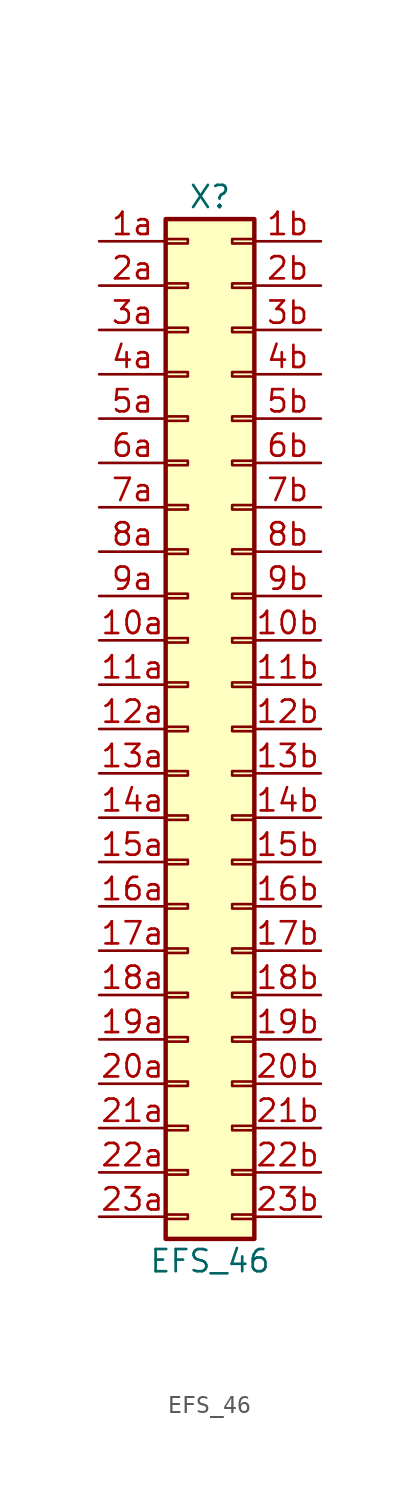
<source format=kicad_sym>
(kicad_symbol_lib
  (version 20211014)
  (generator kicad_symbol_editor)
  (symbol "EFS_46"
    (pin_names
      (offset 1.016) hide)
    (property "Reference" "X"
      (at 0 30.48 0)
      (effects (font (size 1.27 1.27))))
    (property "Value" "EFS_46"
      (at 0 -30.48 0)
      (effects (font (size 1.27 1.27))))
    (symbol "EFS_46_1_1"
      (rectangle (start -2.54 -27.813) (end -1.27 -28.067) (stroke (width 0.152) (type default) (color 0 0 0 0)) (fill (type none)))
      (rectangle (start -2.54 -25.273) (end -1.27 -25.527) (stroke (width 0.152) (type default) (color 0 0 0 0)) (fill (type none)))
      (rectangle (start -2.54 -22.733) (end -1.27 -22.987) (stroke (width 0.152) (type default) (color 0 0 0 0)) (fill (type none)))
      (rectangle (start -2.54 -20.193) (end -1.27 -20.447) (stroke (width 0.152) (type default) (color 0 0 0 0)) (fill (type none)))
      (rectangle (start -2.54 -17.653) (end -1.27 -17.907) (stroke (width 0.152) (type default) (color 0 0 0 0)) (fill (type none)))
      (rectangle (start -2.54 -15.113) (end -1.27 -15.367) (stroke (width 0.152) (type default) (color 0 0 0 0)) (fill (type none)))
      (rectangle (start -2.54 -12.573) (end -1.27 -12.827) (stroke (width 0.152) (type default) (color 0 0 0 0)) (fill (type none)))
      (rectangle (start -2.54 -10.033) (end -1.27 -10.287) (stroke (width 0.152) (type default) (color 0 0 0 0)) (fill (type none)))
      (rectangle (start -2.54 -7.493) (end -1.27 -7.747) (stroke (width 0.152) (type default) (color 0 0 0 0)) (fill (type none)))
      (rectangle (start -2.54 -4.953) (end -1.27 -5.207) (stroke (width 0.152) (type default) (color 0 0 0 0)) (fill (type none)))
      (rectangle (start -2.54 -2.413) (end -1.27 -2.667) (stroke (width 0.152) (type default) (color 0 0 0 0)) (fill (type none)))
      (rectangle (start -2.54 0.127) (end -1.27 -0.127) (stroke (width 0.152) (type default) (color 0 0 0 0)) (fill (type none)))
      (rectangle (start -2.54 2.667) (end -1.27 2.413) (stroke (width 0.152) (type default) (color 0 0 0 0)) (fill (type none)))
      (rectangle (start -2.54 5.207) (end -1.27 4.953) (stroke (width 0.152) (type default) (color 0 0 0 0)) (fill (type none)))
      (rectangle (start -2.54 7.747) (end -1.27 7.493) (stroke (width 0.152) (type default) (color 0 0 0 0)) (fill (type none)))
      (rectangle (start -2.54 10.287) (end -1.27 10.033) (stroke (width 0.152) (type default) (color 0 0 0 0)) (fill (type none)))
      (rectangle (start -2.54 12.827) (end -1.27 12.573) (stroke (width 0.152) (type default) (color 0 0 0 0)) (fill (type none)))
      (rectangle (start -2.54 15.367) (end -1.27 15.113) (stroke (width 0.152) (type default) (color 0 0 0 0)) (fill (type none)))
      (rectangle (start -2.54 17.907) (end -1.27 17.653) (stroke (width 0.152) (type default) (color 0 0 0 0)) (fill (type none)))
      (rectangle (start -2.54 20.447) (end -1.27 20.193) (stroke (width 0.152) (type default) (color 0 0 0 0)) (fill (type none)))
      (rectangle (start -2.54 22.987) (end -1.27 22.733) (stroke (width 0.152) (type default) (color 0 0 0 0)) (fill (type none)))
      (rectangle (start -2.54 25.527) (end -1.27 25.273) (stroke (width 0.152) (type default) (color 0 0 0 0)) (fill (type none)))
      (rectangle (start -2.54 28.067) (end -1.27 27.813) (stroke (width 0.152) (type default) (color 0 0 0 0)) (fill (type none)))
      (rectangle (start -2.54 29.21) (end 2.54 -29.21) (stroke (width 0.254) (type default) (color 0 0 0 0)) (fill (type background)))
      (rectangle (start 2.54 -27.813) (end 1.27 -28.067) (stroke (width 0.152) (type default) (color 0 0 0 0)) (fill (type none)))
      (rectangle (start 2.54 -25.273) (end 1.27 -25.527) (stroke (width 0.152) (type default) (color 0 0 0 0)) (fill (type none)))
      (rectangle (start 2.54 -22.733) (end 1.27 -22.987) (stroke (width 0.152) (type default) (color 0 0 0 0)) (fill (type none)))
      (rectangle (start 2.54 -20.193) (end 1.27 -20.447) (stroke (width 0.152) (type default) (color 0 0 0 0)) (fill (type none)))
      (rectangle (start 2.54 -17.653) (end 1.27 -17.907) (stroke (width 0.152) (type default) (color 0 0 0 0)) (fill (type none)))
      (rectangle (start 2.54 -15.113) (end 1.27 -15.367) (stroke (width 0.152) (type default) (color 0 0 0 0)) (fill (type none)))
      (rectangle (start 2.54 -12.573) (end 1.27 -12.827) (stroke (width 0.152) (type default) (color 0 0 0 0)) (fill (type none)))
      (rectangle (start 2.54 -10.033) (end 1.27 -10.287) (stroke (width 0.152) (type default) (color 0 0 0 0)) (fill (type none)))
      (rectangle (start 2.54 -7.493) (end 1.27 -7.747) (stroke (width 0.152) (type default) (color 0 0 0 0)) (fill (type none)))
      (rectangle (start 2.54 -4.953) (end 1.27 -5.207) (stroke (width 0.152) (type default) (color 0 0 0 0)) (fill (type none)))
      (rectangle (start 2.54 -2.413) (end 1.27 -2.667) (stroke (width 0.152) (type default) (color 0 0 0 0)) (fill (type none)))
      (rectangle (start 2.54 0.127) (end 1.27 -0.127) (stroke (width 0.152) (type default) (color 0 0 0 0)) (fill (type none)))
      (rectangle (start 2.54 2.667) (end 1.27 2.413) (stroke (width 0.152) (type default) (color 0 0 0 0)) (fill (type none)))
      (rectangle (start 2.54 5.207) (end 1.27 4.953) (stroke (width 0.152) (type default) (color 0 0 0 0)) (fill (type none)))
      (rectangle (start 2.54 7.747) (end 1.27 7.493) (stroke (width 0.152) (type default) (color 0 0 0 0)) (fill (type none)))
      (rectangle (start 2.54 10.287) (end 1.27 10.033) (stroke (width 0.152) (type default) (color 0 0 0 0)) (fill (type none)))
      (rectangle (start 2.54 12.827) (end 1.27 12.573) (stroke (width 0.152) (type default) (color 0 0 0 0)) (fill (type none)))
      (rectangle (start 2.54 15.367) (end 1.27 15.113) (stroke (width 0.152) (type default) (color 0 0 0 0)) (fill (type none)))
      (rectangle (start 2.54 17.907) (end 1.27 17.653) (stroke (width 0.152) (type default) (color 0 0 0 0)) (fill (type none)))
      (rectangle (start 2.54 20.447) (end 1.27 20.193) (stroke (width 0.152) (type default) (color 0 0 0 0)) (fill (type none)))
      (rectangle (start 2.54 22.987) (end 1.27 22.733) (stroke (width 0.152) (type default) (color 0 0 0 0)) (fill (type none)))
      (rectangle (start 2.54 25.527) (end 1.27 25.273) (stroke (width 0.152) (type default) (color 0 0 0 0)) (fill (type none)))
      (rectangle (start 2.54 28.067) (end 1.27 27.813) (stroke (width 0.152) (type default) (color 0 0 0 0)) (fill (type none)))
      (pin passive line (at -6.35 5.08 0) (length 3.81) (name "Pin_10a" (effects (font (size 1.27 1.27)))) (number "10a" (effects (font (size 1.27 1.27)))))
      (pin passive line (at 6.35 5.08 180) (length 3.81) (name "Pin_10b" (effects (font (size 1.27 1.27)))) (number "10b" (effects (font (size 1.27 1.27)))))
      (pin passive line (at -6.35 2.54 0) (length 3.81) (name "Pin_11a" (effects (font (size 1.27 1.27)))) (number "11a" (effects (font (size 1.27 1.27)))))
      (pin passive line (at 6.35 2.54 180) (length 3.81) (name "Pin_11b" (effects (font (size 1.27 1.27)))) (number "11b" (effects (font (size 1.27 1.27)))))
      (pin passive line (at -6.35 0 0) (length 3.81) (name "Pin_12a" (effects (font (size 1.27 1.27)))) (number "12a" (effects (font (size 1.27 1.27)))))
      (pin passive line (at 6.35 0 180) (length 3.81) (name "Pin_12b" (effects (font (size 1.27 1.27)))) (number "12b" (effects (font (size 1.27 1.27)))))
      (pin passive line (at -6.35 -2.54 0) (length 3.81) (name "Pin_13a" (effects (font (size 1.27 1.27)))) (number "13a" (effects (font (size 1.27 1.27)))))
      (pin passive line (at 6.35 -2.54 180) (length 3.81) (name "Pin_13b" (effects (font (size 1.27 1.27)))) (number "13b" (effects (font (size 1.27 1.27)))))
      (pin passive line (at -6.35 -5.08 0) (length 3.81) (name "Pin_14a" (effects (font (size 1.27 1.27)))) (number "14a" (effects (font (size 1.27 1.27)))))
      (pin passive line (at 6.35 -5.08 180) (length 3.81) (name "Pin_14b" (effects (font (size 1.27 1.27)))) (number "14b" (effects (font (size 1.27 1.27)))))
      (pin passive line (at -6.35 -7.62 0) (length 3.81) (name "Pin_15a" (effects (font (size 1.27 1.27)))) (number "15a" (effects (font (size 1.27 1.27)))))
      (pin passive line (at 6.35 -7.62 180) (length 3.81) (name "Pin_15b" (effects (font (size 1.27 1.27)))) (number "15b" (effects (font (size 1.27 1.27)))))
      (pin passive line (at -6.35 -10.16 0) (length 3.81) (name "Pin_16a" (effects (font (size 1.27 1.27)))) (number "16a" (effects (font (size 1.27 1.27)))))
      (pin passive line (at 6.35 -10.16 180) (length 3.81) (name "Pin_16b" (effects (font (size 1.27 1.27)))) (number "16b" (effects (font (size 1.27 1.27)))))
      (pin passive line (at -6.35 -12.7 0) (length 3.81) (name "Pin_17a" (effects (font (size 1.27 1.27)))) (number "17a" (effects (font (size 1.27 1.27)))))
      (pin passive line (at 6.35 -12.7 180) (length 3.81) (name "Pin_17b" (effects (font (size 1.27 1.27)))) (number "17b" (effects (font (size 1.27 1.27)))))
      (pin passive line (at -6.35 -15.24 0) (length 3.81) (name "Pin_18a" (effects (font (size 1.27 1.27)))) (number "18a" (effects (font (size 1.27 1.27)))))
      (pin passive line (at 6.35 -15.24 180) (length 3.81) (name "Pin_18b" (effects (font (size 1.27 1.27)))) (number "18b" (effects (font (size 1.27 1.27)))))
      (pin passive line (at -6.35 -17.78 0) (length 3.81) (name "Pin_19a" (effects (font (size 1.27 1.27)))) (number "19a" (effects (font (size 1.27 1.27)))))
      (pin passive line (at 6.35 -17.78 180) (length 3.81) (name "Pin_19b" (effects (font (size 1.27 1.27)))) (number "19b" (effects (font (size 1.27 1.27)))))
      (pin passive line (at -6.35 27.94 0) (length 3.81) (name "Pin_1a" (effects (font (size 1.27 1.27)))) (number "1a" (effects (font (size 1.27 1.27)))))
      (pin passive line (at 6.35 27.94 180) (length 3.81) (name "Pin_1b" (effects (font (size 1.27 1.27)))) (number "1b" (effects (font (size 1.27 1.27)))))
      (pin passive line (at -6.35 -20.32 0) (length 3.81) (name "Pin_20a" (effects (font (size 1.27 1.27)))) (number "20a" (effects (font (size 1.27 1.27)))))
      (pin passive line (at 6.35 -20.32 180) (length 3.81) (name "Pin_20b" (effects (font (size 1.27 1.27)))) (number "20b" (effects (font (size 1.27 1.27)))))
      (pin passive line (at -6.35 -22.86 0) (length 3.81) (name "Pin_21a" (effects (font (size 1.27 1.27)))) (number "21a" (effects (font (size 1.27 1.27)))))
      (pin passive line (at 6.35 -22.86 180) (length 3.81) (name "Pin_21b" (effects (font (size 1.27 1.27)))) (number "21b" (effects (font (size 1.27 1.27)))))
      (pin passive line (at -6.35 -25.4 0) (length 3.81) (name "Pin_22a" (effects (font (size 1.27 1.27)))) (number "22a" (effects (font (size 1.27 1.27)))))
      (pin passive line (at 6.35 -25.4 180) (length 3.81) (name "Pin_22b" (effects (font (size 1.27 1.27)))) (number "22b" (effects (font (size 1.27 1.27)))))
      (pin passive line (at -6.35 -27.94 0) (length 3.81) (name "Pin_23a" (effects (font (size 1.27 1.27)))) (number "23a" (effects (font (size 1.27 1.27)))))
      (pin passive line (at 6.35 -27.94 180) (length 3.81) (name "Pin_23b" (effects (font (size 1.27 1.27)))) (number "23b" (effects (font (size 1.27 1.27)))))
      (pin passive line (at -6.35 25.4 0) (length 3.81) (name "Pin_2a" (effects (font (size 1.27 1.27)))) (number "2a" (effects (font (size 1.27 1.27)))))
      (pin passive line (at 6.35 25.4 180) (length 3.81) (name "Pin_2b" (effects (font (size 1.27 1.27)))) (number "2b" (effects (font (size 1.27 1.27)))))
      (pin passive line (at -6.35 22.86 0) (length 3.81) (name "Pin_3a" (effects (font (size 1.27 1.27)))) (number "3a" (effects (font (size 1.27 1.27)))))
      (pin passive line (at 6.35 22.86 180) (length 3.81) (name "Pin_3b" (effects (font (size 1.27 1.27)))) (number "3b" (effects (font (size 1.27 1.27)))))
      (pin passive line (at -6.35 20.32 0) (length 3.81) (name "Pin_4a" (effects (font (size 1.27 1.27)))) (number "4a" (effects (font (size 1.27 1.27)))))
      (pin passive line (at 6.35 20.32 180) (length 3.81) (name "Pin_4b" (effects (font (size 1.27 1.27)))) (number "4b" (effects (font (size 1.27 1.27)))))
      (pin passive line (at -6.35 17.78 0) (length 3.81) (name "Pin_5a" (effects (font (size 1.27 1.27)))) (number "5a" (effects (font (size 1.27 1.27)))))
      (pin passive line (at 6.35 17.78 180) (length 3.81) (name "Pin_5b" (effects (font (size 1.27 1.27)))) (number "5b" (effects (font (size 1.27 1.27)))))
      (pin passive line (at -6.35 15.24 0) (length 3.81) (name "Pin_6a" (effects (font (size 1.27 1.27)))) (number "6a" (effects (font (size 1.27 1.27)))))
      (pin passive line (at 6.35 15.24 180) (length 3.81) (name "Pin_6b" (effects (font (size 1.27 1.27)))) (number "6b" (effects (font (size 1.27 1.27)))))
      (pin passive line (at -6.35 12.7 0) (length 3.81) (name "Pin_7a" (effects (font (size 1.27 1.27)))) (number "7a" (effects (font (size 1.27 1.27)))))
      (pin passive line (at 6.35 12.7 180) (length 3.81) (name "Pin_7b" (effects (font (size 1.27 1.27)))) (number "7b" (effects (font (size 1.27 1.27)))))
      (pin passive line (at -6.35 10.16 0) (length 3.81) (name "Pin_8a" (effects (font (size 1.27 1.27)))) (number "8a" (effects (font (size 1.27 1.27)))))
      (pin passive line (at 6.35 10.16 180) (length 3.81) (name "Pin_8b" (effects (font (size 1.27 1.27)))) (number "8b" (effects (font (size 1.27 1.27)))))
      (pin passive line (at -6.35 7.62 0) (length 3.81) (name "Pin_9a" (effects (font (size 1.27 1.27)))) (number "9a" (effects (font (size 1.27 1.27)))))
      (pin passive line (at 6.35 7.62 180) (length 3.81) (name "Pin_9b" (effects (font (size 1.27 1.27)))) (number "9b" (effects (font (size 1.27 1.27))))))))
</source>
